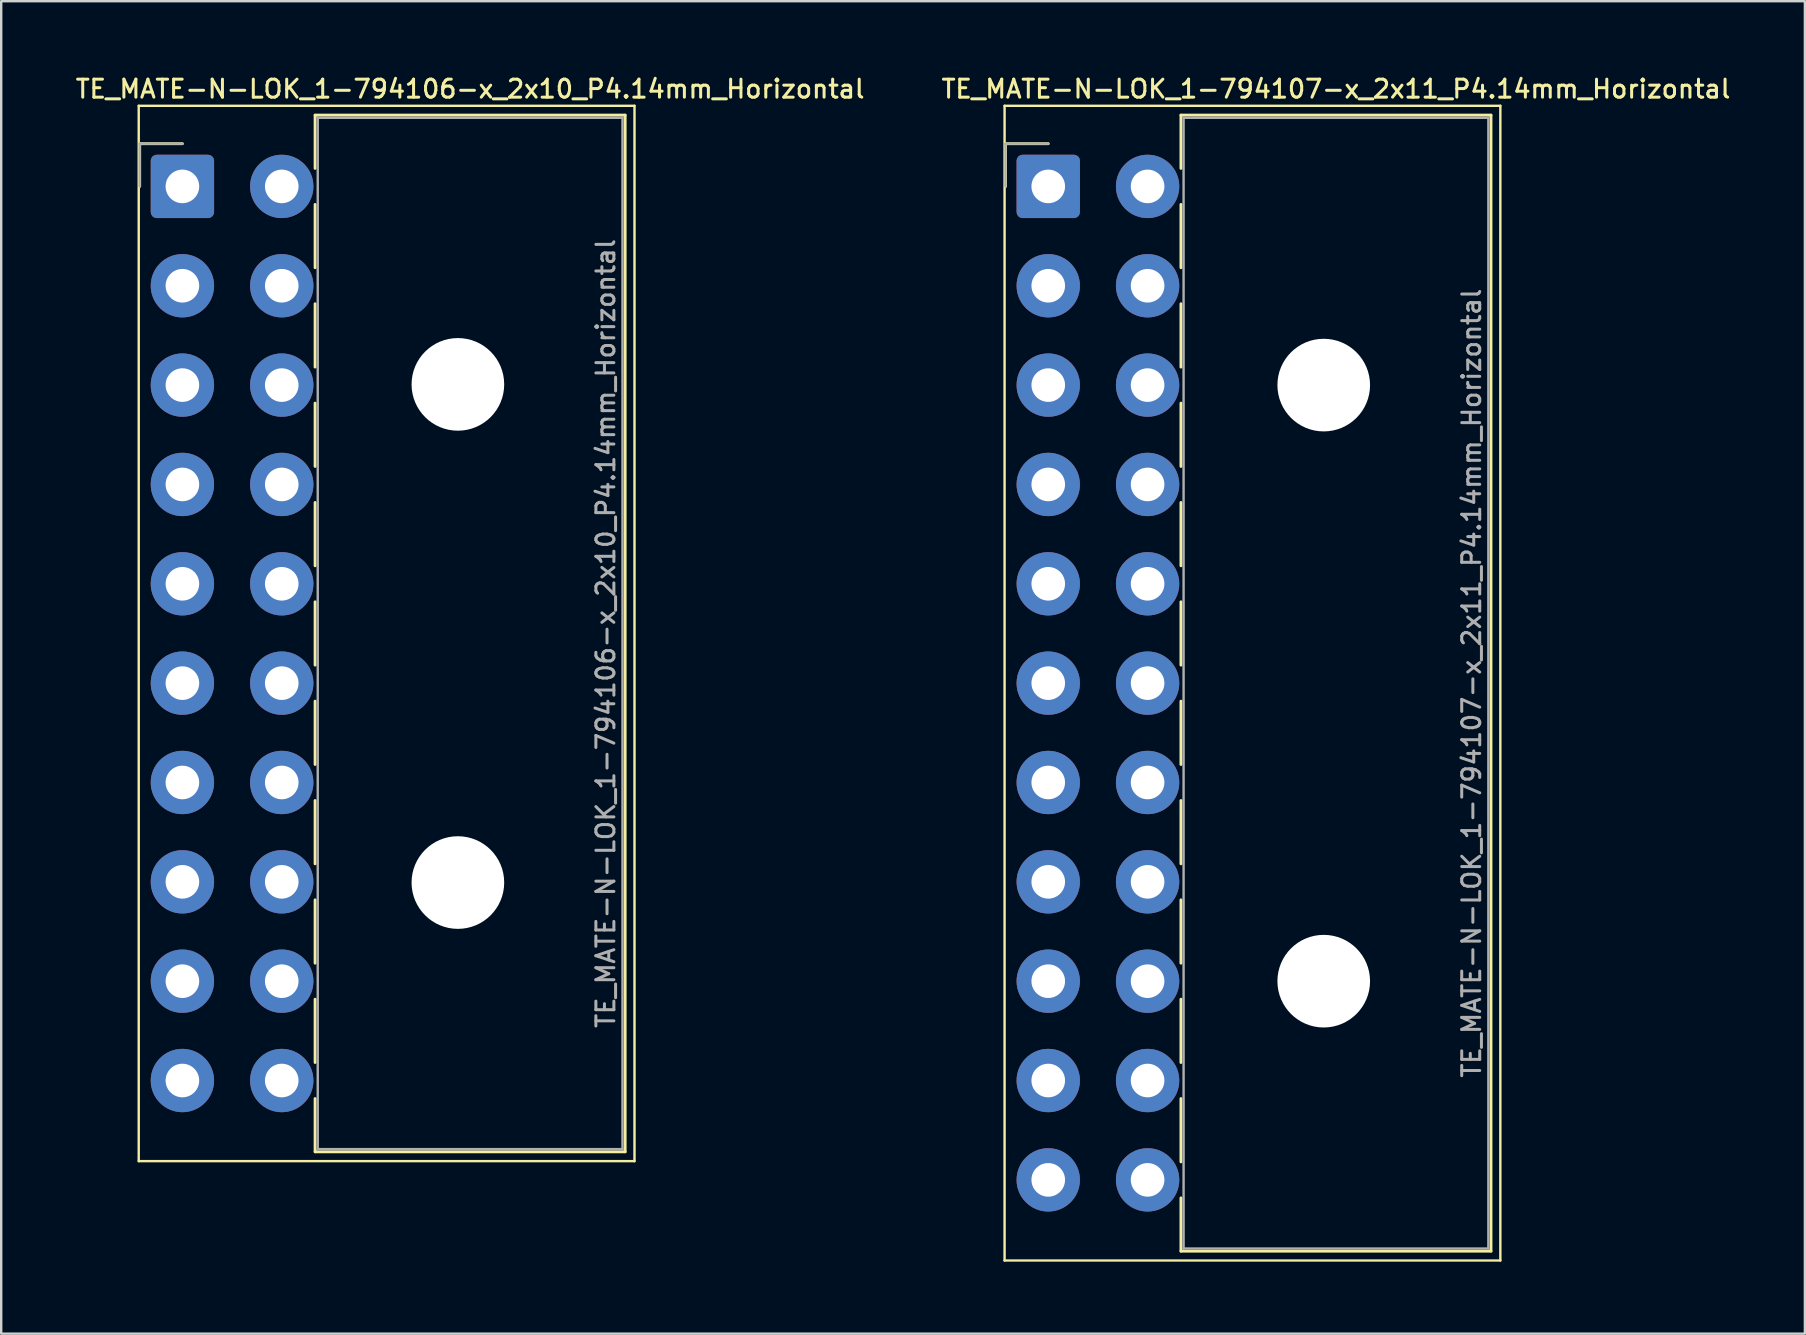
<source format=kicad_pcb>
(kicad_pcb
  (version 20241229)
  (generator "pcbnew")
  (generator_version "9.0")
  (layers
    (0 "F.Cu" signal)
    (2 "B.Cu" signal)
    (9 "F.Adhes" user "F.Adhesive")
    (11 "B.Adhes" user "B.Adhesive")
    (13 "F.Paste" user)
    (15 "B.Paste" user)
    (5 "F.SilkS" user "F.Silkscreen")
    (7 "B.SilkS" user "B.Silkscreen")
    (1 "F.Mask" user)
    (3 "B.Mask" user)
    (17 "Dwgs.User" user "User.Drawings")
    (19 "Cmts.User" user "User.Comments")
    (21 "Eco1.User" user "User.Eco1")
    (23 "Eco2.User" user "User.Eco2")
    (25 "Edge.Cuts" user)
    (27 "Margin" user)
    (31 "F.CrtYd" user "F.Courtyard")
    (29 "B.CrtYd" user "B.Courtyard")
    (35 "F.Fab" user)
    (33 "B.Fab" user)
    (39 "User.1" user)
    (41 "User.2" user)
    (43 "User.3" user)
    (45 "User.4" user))
  (footprint "TE_MATE-N-LOK_1-794106-x_2x10_P4.14mm_Horizontal"
    (layer "F.Cu")
    (at 4.551 4.718)
    (property "Reference" "TE_MATE-N-LOK_1-794106-x_2x10_P4.14mm_Horizontal" (at 11.99 -4.06 0) (layer "F.SilkS") (effects (font (size 0.75 0.75) (thickness 0.125))))
    (attr through_hole)
    (fp_line (start -1.82 -3.36) (end -1.82 40.62) (stroke (width 0.1) (type solid)) (layer "F.SilkS"))
    (fp_line (start -1.82 40.62) (end 18.84 40.62) (stroke (width 0.1) (type solid)) (layer "F.SilkS"))
    (fp_line (start -1.78 -1.78) (end -1.78 0) (stroke (width 0.12) (type solid)) (layer "F.SilkS"))
    (fp_line (start 0 -1.78) (end -1.78 -1.78) (stroke (width 0.12) (type solid)) (layer "F.SilkS"))
    (fp_line (start 5.53 -2.97) (end 18.45 -2.97) (stroke (width 0.12) (type solid)) (layer "F.SilkS"))
    (fp_line (start 5.53 -0.751) (end 5.53 -2.97) (stroke (width 0.12) (type solid)) (layer "F.SilkS"))
    (fp_line (start 5.53 0.751) (end 5.53 3.389) (stroke (width 0.12) (type solid)) (layer "F.SilkS"))
    (fp_line (start 5.53 4.891) (end 5.53 7.529) (stroke (width 0.12) (type solid)) (layer "F.SilkS"))
    (fp_line (start 5.53 9.031) (end 5.53 11.669) (stroke (width 0.12) (type solid)) (layer "F.SilkS"))
    (fp_line (start 5.53 13.171) (end 5.53 15.809) (stroke (width 0.12) (type solid)) (layer "F.SilkS"))
    (fp_line (start 5.53 17.311) (end 5.53 19.949) (stroke (width 0.12) (type solid)) (layer "F.SilkS"))
    (fp_line (start 5.53 21.451) (end 5.53 24.089) (stroke (width 0.12) (type solid)) (layer "F.SilkS"))
    (fp_line (start 5.53 25.591) (end 5.53 28.229) (stroke (width 0.12) (type solid)) (layer "F.SilkS"))
    (fp_line (start 5.53 29.731) (end 5.53 32.369) (stroke (width 0.12) (type solid)) (layer "F.SilkS"))
    (fp_line (start 5.53 33.871) (end 5.53 36.509) (stroke (width 0.12) (type solid)) (layer "F.SilkS"))
    (fp_line (start 5.53 40.23) (end 5.53 38.011) (stroke (width 0.12) (type solid)) (layer "F.SilkS"))
    (fp_line (start 18.45 -2.97) (end 18.45 40.23) (stroke (width 0.12) (type solid)) (layer "F.SilkS"))
    (fp_line (start 18.45 40.23) (end 5.53 40.23) (stroke (width 0.12) (type solid)) (layer "F.SilkS"))
    (fp_line (start 18.84 -3.36) (end -1.82 -3.36) (stroke (width 0.1) (type solid)) (layer "F.SilkS"))
    (fp_line (start 18.84 40.62) (end 18.84 -3.36) (stroke (width 0.1) (type solid)) (layer "F.SilkS"))
    (fp_line (start -1.78 -1.78) (end -1.78 0) (stroke (width 0.1) (type solid)) (layer "F.Fab"))
    (fp_line (start 0 -1.78) (end -1.78 -1.78) (stroke (width 0.1) (type solid)) (layer "F.Fab"))
    (fp_line (start 5.64 -2.86) (end 5.64 40.12) (stroke (width 0.1) (type solid)) (layer "F.Fab"))
    (fp_line (start 5.64 40.12) (end 18.34 40.12) (stroke (width 0.1) (type solid)) (layer "F.Fab"))
    (fp_line (start 18.34 -2.86) (end 5.64 -2.86) (stroke (width 0.1) (type solid)) (layer "F.Fab"))
    (fp_line (start 18.34 40.12) (end 18.34 -2.86) (stroke (width 0.1) (type solid)) (layer "F.Fab"))
    (fp_text user "${REFERENCE}" (at 17.64 18.63 90) (layer "F.Fab") (effects (font (size 0.75 0.75) (thickness 0.125))))
    (pad "" np_thru_hole circle (at 11.48 8.25) (size 3.86 3.86) (drill 3.86) (layers "*.Cu" "*.Mask"))
    (pad "" np_thru_hole circle (at 11.48 29.01) (size 3.86 3.86) (drill 3.86) (layers "*.Cu" "*.Mask"))
    (pad "1" thru_hole roundrect (at 0 0) (size 2.64 2.64) (drill 1.4) (layers "*.Cu" "*.Mask") (roundrect_rratio 0.095))
    (pad "2" thru_hole circle (at 0 4.14) (size 2.64 2.64) (drill 1.4) (layers "*.Cu" "*.Mask"))
    (pad "3" thru_hole circle (at 0 8.28) (size 2.64 2.64) (drill 1.4) (layers "*.Cu" "*.Mask"))
    (pad "4" thru_hole circle (at 0 12.42) (size 2.64 2.64) (drill 1.4) (layers "*.Cu" "*.Mask"))
    (pad "5" thru_hole circle (at 0 16.56) (size 2.64 2.64) (drill 1.4) (layers "*.Cu" "*.Mask"))
    (pad "6" thru_hole circle (at 0 20.7) (size 2.64 2.64) (drill 1.4) (layers "*.Cu" "*.Mask"))
    (pad "7" thru_hole circle (at 0 24.84) (size 2.64 2.64) (drill 1.4) (layers "*.Cu" "*.Mask"))
    (pad "8" thru_hole circle (at 0 28.98) (size 2.64 2.64) (drill 1.4) (layers "*.Cu" "*.Mask"))
    (pad "9" thru_hole circle (at 0 33.12) (size 2.64 2.64) (drill 1.4) (layers "*.Cu" "*.Mask"))
    (pad "10" thru_hole circle (at 0 37.26) (size 2.64 2.64) (drill 1.4) (layers "*.Cu" "*.Mask"))
    (pad "11" thru_hole circle (at 4.14 0) (size 2.64 2.64) (drill 1.4) (layers "*.Cu" "*.Mask"))
    (pad "12" thru_hole circle (at 4.14 4.14) (size 2.64 2.64) (drill 1.4) (layers "*.Cu" "*.Mask"))
    (pad "13" thru_hole circle (at 4.14 8.28) (size 2.64 2.64) (drill 1.4) (layers "*.Cu" "*.Mask"))
    (pad "14" thru_hole circle (at 4.14 12.42) (size 2.64 2.64) (drill 1.4) (layers "*.Cu" "*.Mask"))
    (pad "15" thru_hole circle (at 4.14 16.56) (size 2.64 2.64) (drill 1.4) (layers "*.Cu" "*.Mask"))
    (pad "16" thru_hole circle (at 4.14 20.7) (size 2.64 2.64) (drill 1.4) (layers "*.Cu" "*.Mask"))
    (pad "17" thru_hole circle (at 4.14 24.84) (size 2.64 2.64) (drill 1.4) (layers "*.Cu" "*.Mask"))
    (pad "18" thru_hole circle (at 4.14 28.98) (size 2.64 2.64) (drill 1.4) (layers "*.Cu" "*.Mask"))
    (pad "19" thru_hole circle (at 4.14 33.12) (size 2.64 2.64) (drill 1.4) (layers "*.Cu" "*.Mask"))
    (pad "20" thru_hole circle (at 4.14 37.26) (size 2.64 2.64) (drill 1.4) (layers "*.Cu" "*.Mask")))
  (footprint "TE_MATE-N-LOK_1-794107-x_2x11_P4.14mm_Horizontal"
    (layer "F.Cu")
    (at 40.633 4.718)
    (property "Reference" "TE_MATE-N-LOK_1-794107-x_2x11_P4.14mm_Horizontal" (at 11.99 -4.06 0) (layer "F.SilkS") (effects (font (size 0.75 0.75) (thickness 0.125))))
    (attr through_hole)
    (fp_line (start -1.82 -3.36) (end -1.82 44.76) (stroke (width 0.1) (type solid)) (layer "F.SilkS"))
    (fp_line (start -1.82 44.76) (end 18.84 44.76) (stroke (width 0.1) (type solid)) (layer "F.SilkS"))
    (fp_line (start -1.78 -1.78) (end -1.78 0) (stroke (width 0.12) (type solid)) (layer "F.SilkS"))
    (fp_line (start 0 -1.78) (end -1.78 -1.78) (stroke (width 0.12) (type solid)) (layer "F.SilkS"))
    (fp_line (start 5.53 -2.97) (end 18.45 -2.97) (stroke (width 0.12) (type solid)) (layer "F.SilkS"))
    (fp_line (start 5.53 -0.751) (end 5.53 -2.97) (stroke (width 0.12) (type solid)) (layer "F.SilkS"))
    (fp_line (start 5.53 0.751) (end 5.53 3.389) (stroke (width 0.12) (type solid)) (layer "F.SilkS"))
    (fp_line (start 5.53 4.891) (end 5.53 7.529) (stroke (width 0.12) (type solid)) (layer "F.SilkS"))
    (fp_line (start 5.53 9.031) (end 5.53 11.669) (stroke (width 0.12) (type solid)) (layer "F.SilkS"))
    (fp_line (start 5.53 13.171) (end 5.53 15.809) (stroke (width 0.12) (type solid)) (layer "F.SilkS"))
    (fp_line (start 5.53 17.311) (end 5.53 19.949) (stroke (width 0.12) (type solid)) (layer "F.SilkS"))
    (fp_line (start 5.53 21.451) (end 5.53 24.089) (stroke (width 0.12) (type solid)) (layer "F.SilkS"))
    (fp_line (start 5.53 25.591) (end 5.53 28.229) (stroke (width 0.12) (type solid)) (layer "F.SilkS"))
    (fp_line (start 5.53 29.731) (end 5.53 32.369) (stroke (width 0.12) (type solid)) (layer "F.SilkS"))
    (fp_line (start 5.53 33.871) (end 5.53 36.509) (stroke (width 0.12) (type solid)) (layer "F.SilkS"))
    (fp_line (start 5.53 38.011) (end 5.53 40.649) (stroke (width 0.12) (type solid)) (layer "F.SilkS"))
    (fp_line (start 5.53 44.37) (end 5.53 42.151) (stroke (width 0.12) (type solid)) (layer "F.SilkS"))
    (fp_line (start 18.45 -2.97) (end 18.45 44.37) (stroke (width 0.12) (type solid)) (layer "F.SilkS"))
    (fp_line (start 18.45 44.37) (end 5.53 44.37) (stroke (width 0.12) (type solid)) (layer "F.SilkS"))
    (fp_line (start 18.84 -3.36) (end -1.82 -3.36) (stroke (width 0.1) (type solid)) (layer "F.SilkS"))
    (fp_line (start 18.84 44.76) (end 18.84 -3.36) (stroke (width 0.1) (type solid)) (layer "F.SilkS"))
    (fp_line (start -1.78 -1.78) (end -1.78 0) (stroke (width 0.1) (type solid)) (layer "F.Fab"))
    (fp_line (start 0 -1.78) (end -1.78 -1.78) (stroke (width 0.1) (type solid)) (layer "F.Fab"))
    (fp_line (start 5.64 -2.86) (end 5.64 44.26) (stroke (width 0.1) (type solid)) (layer "F.Fab"))
    (fp_line (start 5.64 44.26) (end 18.34 44.26) (stroke (width 0.1) (type solid)) (layer "F.Fab"))
    (fp_line (start 18.34 -2.86) (end 5.64 -2.86) (stroke (width 0.1) (type solid)) (layer "F.Fab"))
    (fp_line (start 18.34 44.26) (end 18.34 -2.86) (stroke (width 0.1) (type solid)) (layer "F.Fab"))
    (fp_text user "${REFERENCE}" (at 17.64 20.7 90) (layer "F.Fab") (effects (font (size 0.75 0.75) (thickness 0.125))))
    (pad "" np_thru_hole circle (at 11.48 8.28) (size 3.86 3.86) (drill 3.86) (layers "*.Cu" "*.Mask"))
    (pad "" np_thru_hole circle (at 11.48 33.12) (size 3.86 3.86) (drill 3.86) (layers "*.Cu" "*.Mask"))
    (pad "1" thru_hole roundrect (at 0 0) (size 2.64 2.64) (drill 1.4) (layers "*.Cu" "*.Mask") (roundrect_rratio 0.095))
    (pad "2" thru_hole circle (at 0 4.14) (size 2.64 2.64) (drill 1.4) (layers "*.Cu" "*.Mask"))
    (pad "3" thru_hole circle (at 0 8.28) (size 2.64 2.64) (drill 1.4) (layers "*.Cu" "*.Mask"))
    (pad "4" thru_hole circle (at 0 12.42) (size 2.64 2.64) (drill 1.4) (layers "*.Cu" "*.Mask"))
    (pad "5" thru_hole circle (at 0 16.56) (size 2.64 2.64) (drill 1.4) (layers "*.Cu" "*.Mask"))
    (pad "6" thru_hole circle (at 0 20.7) (size 2.64 2.64) (drill 1.4) (layers "*.Cu" "*.Mask"))
    (pad "7" thru_hole circle (at 0 24.84) (size 2.64 2.64) (drill 1.4) (layers "*.Cu" "*.Mask"))
    (pad "8" thru_hole circle (at 0 28.98) (size 2.64 2.64) (drill 1.4) (layers "*.Cu" "*.Mask"))
    (pad "9" thru_hole circle (at 0 33.12) (size 2.64 2.64) (drill 1.4) (layers "*.Cu" "*.Mask"))
    (pad "10" thru_hole circle (at 0 37.26) (size 2.64 2.64) (drill 1.4) (layers "*.Cu" "*.Mask"))
    (pad "11" thru_hole circle (at 0 41.4) (size 2.64 2.64) (drill 1.4) (layers "*.Cu" "*.Mask"))
    (pad "12" thru_hole circle (at 4.14 0) (size 2.64 2.64) (drill 1.4) (layers "*.Cu" "*.Mask"))
    (pad "13" thru_hole circle (at 4.14 4.14) (size 2.64 2.64) (drill 1.4) (layers "*.Cu" "*.Mask"))
    (pad "14" thru_hole circle (at 4.14 8.28) (size 2.64 2.64) (drill 1.4) (layers "*.Cu" "*.Mask"))
    (pad "15" thru_hole circle (at 4.14 12.42) (size 2.64 2.64) (drill 1.4) (layers "*.Cu" "*.Mask"))
    (pad "16" thru_hole circle (at 4.14 16.56) (size 2.64 2.64) (drill 1.4) (layers "*.Cu" "*.Mask"))
    (pad "17" thru_hole circle (at 4.14 20.7) (size 2.64 2.64) (drill 1.4) (layers "*.Cu" "*.Mask"))
    (pad "18" thru_hole circle (at 4.14 24.84) (size 2.64 2.64) (drill 1.4) (layers "*.Cu" "*.Mask"))
    (pad "19" thru_hole circle (at 4.14 28.98) (size 2.64 2.64) (drill 1.4) (layers "*.Cu" "*.Mask"))
    (pad "20" thru_hole circle (at 4.14 33.12) (size 2.64 2.64) (drill 1.4) (layers "*.Cu" "*.Mask"))
    (pad "21" thru_hole circle (at 4.14 37.26) (size 2.64 2.64) (drill 1.4) (layers "*.Cu" "*.Mask"))
    (pad "22" thru_hole circle (at 4.14 41.4) (size 2.64 2.64) (drill 1.4) (layers "*.Cu" "*.Mask")))
  (gr_rect
    (start -3 -3)
    (end 72.164 52.528)
    (stroke (width 0.1) (type default))
    (fill no)
    (layer "Edge.Cuts")))
</source>
